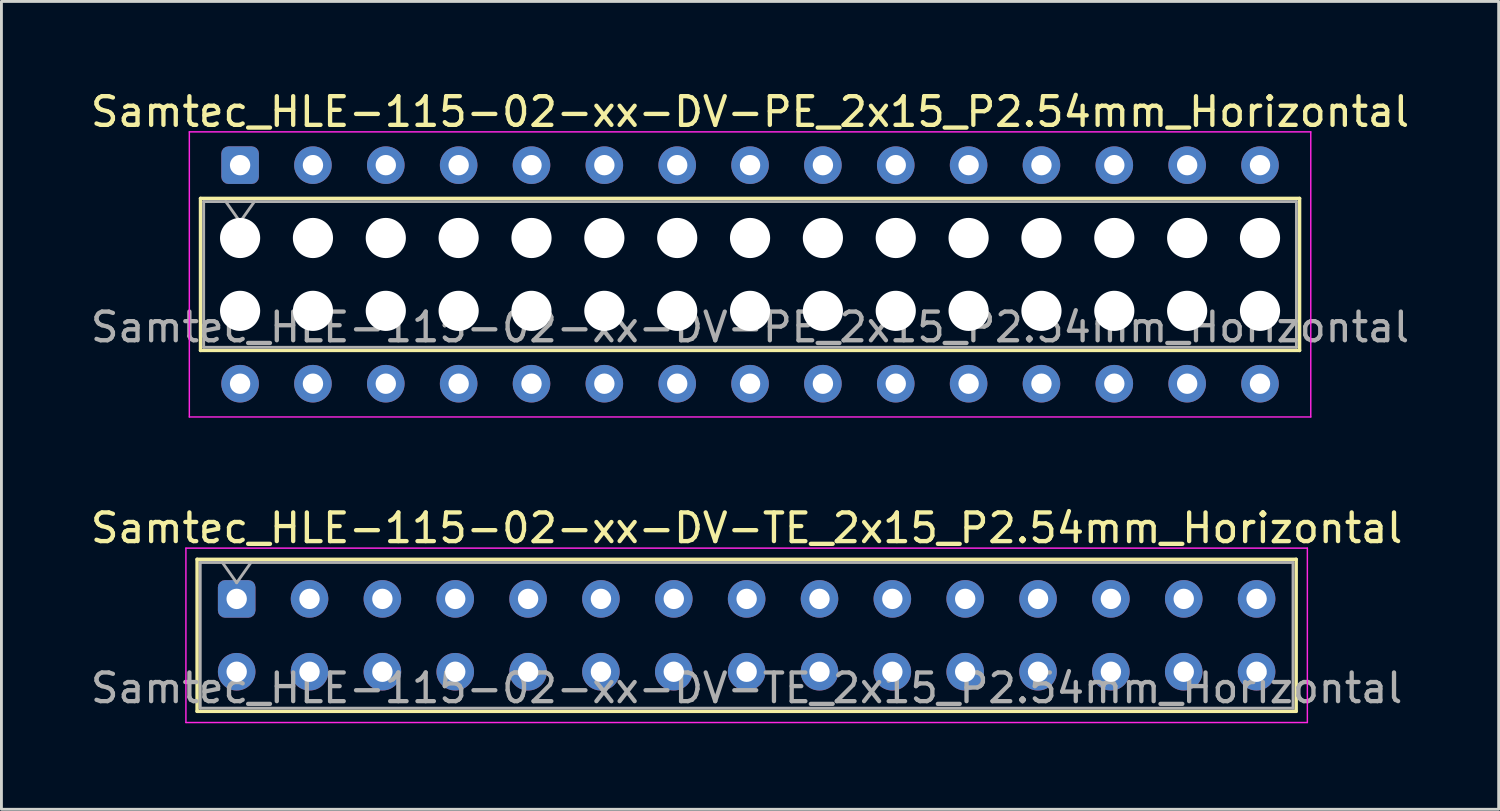
<source format=kicad_pcb>
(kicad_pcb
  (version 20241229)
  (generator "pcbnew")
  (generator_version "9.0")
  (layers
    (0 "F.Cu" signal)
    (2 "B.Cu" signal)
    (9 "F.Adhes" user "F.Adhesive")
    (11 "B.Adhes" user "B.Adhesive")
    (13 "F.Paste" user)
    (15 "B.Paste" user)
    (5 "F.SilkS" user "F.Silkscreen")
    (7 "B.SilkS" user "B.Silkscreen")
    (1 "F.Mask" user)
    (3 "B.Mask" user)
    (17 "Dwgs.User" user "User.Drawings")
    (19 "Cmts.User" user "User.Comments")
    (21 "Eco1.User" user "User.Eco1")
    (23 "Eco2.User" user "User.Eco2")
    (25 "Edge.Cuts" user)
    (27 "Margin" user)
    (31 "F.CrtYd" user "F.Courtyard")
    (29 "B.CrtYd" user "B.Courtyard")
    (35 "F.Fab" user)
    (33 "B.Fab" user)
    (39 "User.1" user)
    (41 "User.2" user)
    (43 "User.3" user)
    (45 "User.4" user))
  (footprint "Samtec_HLE-115-02-xx-DV-TE_2x15_P2.54mm_Horizontal"
    (layer "F.Cu")
    (at 5.202 17.831)
    (property "Reference" "Samtec_HLE-115-02-xx-DV-TE_2x15_P2.54mm_Horizontal" (at 17.78 -2.47 0) (layer "F.SilkS") (effects (font (size 1 1) (thickness 0.15))))
    (attr through_hole)
    (fp_line (start -1.38 -1.38) (end 36.94 -1.38) (stroke (width 0.12) (type solid)) (layer "F.SilkS"))
    (fp_line (start -1.38 3.92) (end -1.38 -1.38) (stroke (width 0.12) (type solid)) (layer "F.SilkS"))
    (fp_line (start 36.94 -1.38) (end 36.94 3.92) (stroke (width 0.12) (type solid)) (layer "F.SilkS"))
    (fp_line (start 36.94 3.92) (end -1.38 3.92) (stroke (width 0.12) (type solid)) (layer "F.SilkS"))
    (fp_line (start -1.77 -1.77) (end 37.33 -1.77) (stroke (width 0.05) (type solid)) (layer "F.CrtYd"))
    (fp_line (start -1.77 4.31) (end -1.77 -1.77) (stroke (width 0.05) (type solid)) (layer "F.CrtYd"))
    (fp_line (start 37.33 -1.77) (end 37.33 4.31) (stroke (width 0.05) (type solid)) (layer "F.CrtYd"))
    (fp_line (start 37.33 4.31) (end -1.77 4.31) (stroke (width 0.05) (type solid)) (layer "F.CrtYd"))
    (fp_line (start -1.27 -1.27) (end 36.83 -1.27) (stroke (width 0.1) (type solid)) (layer "F.Fab"))
    (fp_line (start -1.27 3.81) (end -1.27 -1.27) (stroke (width 0.1) (type solid)) (layer "F.Fab"))
    (fp_line (start -0.5 -1.27) (end 0 -0.563) (stroke (width 0.1) (type solid)) (layer "F.Fab"))
    (fp_line (start 0 -0.563) (end 0.5 -1.27) (stroke (width 0.1) (type solid)) (layer "F.Fab"))
    (fp_line (start 36.83 -1.27) (end 36.83 3.81) (stroke (width 0.1) (type solid)) (layer "F.Fab"))
    (fp_line (start 36.83 3.81) (end -1.27 3.81) (stroke (width 0.1) (type solid)) (layer "F.Fab"))
    (fp_text user "${REFERENCE}" (at 17.78 3.11 0) (layer "F.Fab") (effects (font (size 1 1) (thickness 0.15))))
    (pad "1" thru_hole roundrect (at 0 0) (size 1.31 1.31) (drill 0.71) (layers "*.Cu" "*.Mask") (roundrect_rratio 0.191))
    (pad "2" thru_hole circle (at 0 2.54) (size 1.31 1.31) (drill 0.71) (layers "*.Cu" "*.Mask"))
    (pad "3" thru_hole circle (at 2.54 0) (size 1.31 1.31) (drill 0.71) (layers "*.Cu" "*.Mask"))
    (pad "4" thru_hole circle (at 2.54 2.54) (size 1.31 1.31) (drill 0.71) (layers "*.Cu" "*.Mask"))
    (pad "5" thru_hole circle (at 5.08 0) (size 1.31 1.31) (drill 0.71) (layers "*.Cu" "*.Mask"))
    (pad "6" thru_hole circle (at 5.08 2.54) (size 1.31 1.31) (drill 0.71) (layers "*.Cu" "*.Mask"))
    (pad "7" thru_hole circle (at 7.62 0) (size 1.31 1.31) (drill 0.71) (layers "*.Cu" "*.Mask"))
    (pad "8" thru_hole circle (at 7.62 2.54) (size 1.31 1.31) (drill 0.71) (layers "*.Cu" "*.Mask"))
    (pad "9" thru_hole circle (at 10.16 0) (size 1.31 1.31) (drill 0.71) (layers "*.Cu" "*.Mask"))
    (pad "10" thru_hole circle (at 10.16 2.54) (size 1.31 1.31) (drill 0.71) (layers "*.Cu" "*.Mask"))
    (pad "11" thru_hole circle (at 12.7 0) (size 1.31 1.31) (drill 0.71) (layers "*.Cu" "*.Mask"))
    (pad "12" thru_hole circle (at 12.7 2.54) (size 1.31 1.31) (drill 0.71) (layers "*.Cu" "*.Mask"))
    (pad "13" thru_hole circle (at 15.24 0) (size 1.31 1.31) (drill 0.71) (layers "*.Cu" "*.Mask"))
    (pad "14" thru_hole circle (at 15.24 2.54) (size 1.31 1.31) (drill 0.71) (layers "*.Cu" "*.Mask"))
    (pad "15" thru_hole circle (at 17.78 0) (size 1.31 1.31) (drill 0.71) (layers "*.Cu" "*.Mask"))
    (pad "16" thru_hole circle (at 17.78 2.54) (size 1.31 1.31) (drill 0.71) (layers "*.Cu" "*.Mask"))
    (pad "17" thru_hole circle (at 20.32 0) (size 1.31 1.31) (drill 0.71) (layers "*.Cu" "*.Mask"))
    (pad "18" thru_hole circle (at 20.32 2.54) (size 1.31 1.31) (drill 0.71) (layers "*.Cu" "*.Mask"))
    (pad "19" thru_hole circle (at 22.86 0) (size 1.31 1.31) (drill 0.71) (layers "*.Cu" "*.Mask"))
    (pad "20" thru_hole circle (at 22.86 2.54) (size 1.31 1.31) (drill 0.71) (layers "*.Cu" "*.Mask"))
    (pad "21" thru_hole circle (at 25.4 0) (size 1.31 1.31) (drill 0.71) (layers "*.Cu" "*.Mask"))
    (pad "22" thru_hole circle (at 25.4 2.54) (size 1.31 1.31) (drill 0.71) (layers "*.Cu" "*.Mask"))
    (pad "23" thru_hole circle (at 27.94 0) (size 1.31 1.31) (drill 0.71) (layers "*.Cu" "*.Mask"))
    (pad "24" thru_hole circle (at 27.94 2.54) (size 1.31 1.31) (drill 0.71) (layers "*.Cu" "*.Mask"))
    (pad "25" thru_hole circle (at 30.48 0) (size 1.31 1.31) (drill 0.71) (layers "*.Cu" "*.Mask"))
    (pad "26" thru_hole circle (at 30.48 2.54) (size 1.31 1.31) (drill 0.71) (layers "*.Cu" "*.Mask"))
    (pad "27" thru_hole circle (at 33.02 0) (size 1.31 1.31) (drill 0.71) (layers "*.Cu" "*.Mask"))
    (pad "28" thru_hole circle (at 33.02 2.54) (size 1.31 1.31) (drill 0.71) (layers "*.Cu" "*.Mask"))
    (pad "29" thru_hole circle (at 35.56 0) (size 1.31 1.31) (drill 0.71) (layers "*.Cu" "*.Mask"))
    (pad "30" thru_hole circle (at 35.56 2.54) (size 1.31 1.31) (drill 0.71) (layers "*.Cu" "*.Mask")))
  (footprint "Samtec_HLE-115-02-xx-DV-PE_2x15_P2.54mm_Horizontal"
    (layer "F.Cu")
    (at 5.321 2.708)
    (property "Reference" "Samtec_HLE-115-02-xx-DV-PE_2x15_P2.54mm_Horizontal" (at 17.78 -1.86 0) (layer "F.SilkS") (effects (font (size 1 1) (thickness 0.15))))
    (attr through_hole)
    (fp_line (start -1.38 1.16) (end 36.94 1.16) (stroke (width 0.12) (type solid)) (layer "F.SilkS"))
    (fp_line (start -1.38 6.46) (end -1.38 1.16) (stroke (width 0.12) (type solid)) (layer "F.SilkS"))
    (fp_line (start 36.94 1.16) (end 36.94 6.46) (stroke (width 0.12) (type solid)) (layer "F.SilkS"))
    (fp_line (start 36.94 6.46) (end -1.38 6.46) (stroke (width 0.12) (type solid)) (layer "F.SilkS"))
    (fp_line (start -1.77 -1.16) (end 37.33 -1.16) (stroke (width 0.05) (type solid)) (layer "F.CrtYd"))
    (fp_line (start -1.77 8.78) (end -1.77 -1.16) (stroke (width 0.05) (type solid)) (layer "F.CrtYd"))
    (fp_line (start 37.33 -1.16) (end 37.33 8.78) (stroke (width 0.05) (type solid)) (layer "F.CrtYd"))
    (fp_line (start 37.33 8.78) (end -1.77 8.78) (stroke (width 0.05) (type solid)) (layer "F.CrtYd"))
    (fp_line (start -1.27 1.27) (end 36.83 1.27) (stroke (width 0.1) (type solid)) (layer "F.Fab"))
    (fp_line (start -1.27 6.35) (end -1.27 1.27) (stroke (width 0.1) (type solid)) (layer "F.Fab"))
    (fp_line (start -0.5 1.27) (end 0 1.977) (stroke (width 0.1) (type solid)) (layer "F.Fab"))
    (fp_line (start 0 1.977) (end 0.5 1.27) (stroke (width 0.1) (type solid)) (layer "F.Fab"))
    (fp_line (start 36.83 1.27) (end 36.83 6.35) (stroke (width 0.1) (type solid)) (layer "F.Fab"))
    (fp_line (start 36.83 6.35) (end -1.27 6.35) (stroke (width 0.1) (type solid)) (layer "F.Fab"))
    (fp_text user "${REFERENCE}" (at 17.78 5.65 0) (layer "F.Fab") (effects (font (size 1 1) (thickness 0.15))))
    (pad "" np_thru_hole circle (at 0 2.54) (size 1.4 1.4) (drill 1.4) (layers "*.Cu" "*.Mask"))
    (pad "" np_thru_hole circle (at 0 5.08) (size 1.4 1.4) (drill 1.4) (layers "*.Cu" "*.Mask"))
    (pad "" np_thru_hole circle (at 2.54 2.54) (size 1.4 1.4) (drill 1.4) (layers "*.Cu" "*.Mask"))
    (pad "" np_thru_hole circle (at 2.54 5.08) (size 1.4 1.4) (drill 1.4) (layers "*.Cu" "*.Mask"))
    (pad "" np_thru_hole circle (at 5.08 2.54) (size 1.4 1.4) (drill 1.4) (layers "*.Cu" "*.Mask"))
    (pad "" np_thru_hole circle (at 5.08 5.08) (size 1.4 1.4) (drill 1.4) (layers "*.Cu" "*.Mask"))
    (pad "" np_thru_hole circle (at 7.62 2.54) (size 1.4 1.4) (drill 1.4) (layers "*.Cu" "*.Mask"))
    (pad "" np_thru_hole circle (at 7.62 5.08) (size 1.4 1.4) (drill 1.4) (layers "*.Cu" "*.Mask"))
    (pad "" np_thru_hole circle (at 10.16 2.54) (size 1.4 1.4) (drill 1.4) (layers "*.Cu" "*.Mask"))
    (pad "" np_thru_hole circle (at 10.16 5.08) (size 1.4 1.4) (drill 1.4) (layers "*.Cu" "*.Mask"))
    (pad "" np_thru_hole circle (at 12.7 2.54) (size 1.4 1.4) (drill 1.4) (layers "*.Cu" "*.Mask"))
    (pad "" np_thru_hole circle (at 12.7 5.08) (size 1.4 1.4) (drill 1.4) (layers "*.Cu" "*.Mask"))
    (pad "" np_thru_hole circle (at 15.24 2.54) (size 1.4 1.4) (drill 1.4) (layers "*.Cu" "*.Mask"))
    (pad "" np_thru_hole circle (at 15.24 5.08) (size 1.4 1.4) (drill 1.4) (layers "*.Cu" "*.Mask"))
    (pad "" np_thru_hole circle (at 17.78 2.54) (size 1.4 1.4) (drill 1.4) (layers "*.Cu" "*.Mask"))
    (pad "" np_thru_hole circle (at 17.78 5.08) (size 1.4 1.4) (drill 1.4) (layers "*.Cu" "*.Mask"))
    (pad "" np_thru_hole circle (at 20.32 2.54) (size 1.4 1.4) (drill 1.4) (layers "*.Cu" "*.Mask"))
    (pad "" np_thru_hole circle (at 20.32 5.08) (size 1.4 1.4) (drill 1.4) (layers "*.Cu" "*.Mask"))
    (pad "" np_thru_hole circle (at 22.86 2.54) (size 1.4 1.4) (drill 1.4) (layers "*.Cu" "*.Mask"))
    (pad "" np_thru_hole circle (at 22.86 5.08) (size 1.4 1.4) (drill 1.4) (layers "*.Cu" "*.Mask"))
    (pad "" np_thru_hole circle (at 25.4 2.54) (size 1.4 1.4) (drill 1.4) (layers "*.Cu" "*.Mask"))
    (pad "" np_thru_hole circle (at 25.4 5.08) (size 1.4 1.4) (drill 1.4) (layers "*.Cu" "*.Mask"))
    (pad "" np_thru_hole circle (at 27.94 2.54) (size 1.4 1.4) (drill 1.4) (layers "*.Cu" "*.Mask"))
    (pad "" np_thru_hole circle (at 27.94 5.08) (size 1.4 1.4) (drill 1.4) (layers "*.Cu" "*.Mask"))
    (pad "" np_thru_hole circle (at 30.48 2.54) (size 1.4 1.4) (drill 1.4) (layers "*.Cu" "*.Mask"))
    (pad "" np_thru_hole circle (at 30.48 5.08) (size 1.4 1.4) (drill 1.4) (layers "*.Cu" "*.Mask"))
    (pad "" np_thru_hole circle (at 33.02 2.54) (size 1.4 1.4) (drill 1.4) (layers "*.Cu" "*.Mask"))
    (pad "" np_thru_hole circle (at 33.02 5.08) (size 1.4 1.4) (drill 1.4) (layers "*.Cu" "*.Mask"))
    (pad "" np_thru_hole circle (at 35.56 2.54) (size 1.4 1.4) (drill 1.4) (layers "*.Cu" "*.Mask"))
    (pad "" np_thru_hole circle (at 35.56 5.08) (size 1.4 1.4) (drill 1.4) (layers "*.Cu" "*.Mask"))
    (pad "1" thru_hole roundrect (at 0 0) (size 1.31 1.31) (drill 0.71) (layers "*.Cu" "*.Mask") (roundrect_rratio 0.191))
    (pad "2" thru_hole circle (at 0 7.62) (size 1.31 1.31) (drill 0.71) (layers "*.Cu" "*.Mask"))
    (pad "3" thru_hole circle (at 2.54 0) (size 1.31 1.31) (drill 0.71) (layers "*.Cu" "*.Mask"))
    (pad "4" thru_hole circle (at 2.54 7.62) (size 1.31 1.31) (drill 0.71) (layers "*.Cu" "*.Mask"))
    (pad "5" thru_hole circle (at 5.08 0) (size 1.31 1.31) (drill 0.71) (layers "*.Cu" "*.Mask"))
    (pad "6" thru_hole circle (at 5.08 7.62) (size 1.31 1.31) (drill 0.71) (layers "*.Cu" "*.Mask"))
    (pad "7" thru_hole circle (at 7.62 0) (size 1.31 1.31) (drill 0.71) (layers "*.Cu" "*.Mask"))
    (pad "8" thru_hole circle (at 7.62 7.62) (size 1.31 1.31) (drill 0.71) (layers "*.Cu" "*.Mask"))
    (pad "9" thru_hole circle (at 10.16 0) (size 1.31 1.31) (drill 0.71) (layers "*.Cu" "*.Mask"))
    (pad "10" thru_hole circle (at 10.16 7.62) (size 1.31 1.31) (drill 0.71) (layers "*.Cu" "*.Mask"))
    (pad "11" thru_hole circle (at 12.7 0) (size 1.31 1.31) (drill 0.71) (layers "*.Cu" "*.Mask"))
    (pad "12" thru_hole circle (at 12.7 7.62) (size 1.31 1.31) (drill 0.71) (layers "*.Cu" "*.Mask"))
    (pad "13" thru_hole circle (at 15.24 0) (size 1.31 1.31) (drill 0.71) (layers "*.Cu" "*.Mask"))
    (pad "14" thru_hole circle (at 15.24 7.62) (size 1.31 1.31) (drill 0.71) (layers "*.Cu" "*.Mask"))
    (pad "15" thru_hole circle (at 17.78 0) (size 1.31 1.31) (drill 0.71) (layers "*.Cu" "*.Mask"))
    (pad "16" thru_hole circle (at 17.78 7.62) (size 1.31 1.31) (drill 0.71) (layers "*.Cu" "*.Mask"))
    (pad "17" thru_hole circle (at 20.32 0) (size 1.31 1.31) (drill 0.71) (layers "*.Cu" "*.Mask"))
    (pad "18" thru_hole circle (at 20.32 7.62) (size 1.31 1.31) (drill 0.71) (layers "*.Cu" "*.Mask"))
    (pad "19" thru_hole circle (at 22.86 0) (size 1.31 1.31) (drill 0.71) (layers "*.Cu" "*.Mask"))
    (pad "20" thru_hole circle (at 22.86 7.62) (size 1.31 1.31) (drill 0.71) (layers "*.Cu" "*.Mask"))
    (pad "21" thru_hole circle (at 25.4 0) (size 1.31 1.31) (drill 0.71) (layers "*.Cu" "*.Mask"))
    (pad "22" thru_hole circle (at 25.4 7.62) (size 1.31 1.31) (drill 0.71) (layers "*.Cu" "*.Mask"))
    (pad "23" thru_hole circle (at 27.94 0) (size 1.31 1.31) (drill 0.71) (layers "*.Cu" "*.Mask"))
    (pad "24" thru_hole circle (at 27.94 7.62) (size 1.31 1.31) (drill 0.71) (layers "*.Cu" "*.Mask"))
    (pad "25" thru_hole circle (at 30.48 0) (size 1.31 1.31) (drill 0.71) (layers "*.Cu" "*.Mask"))
    (pad "26" thru_hole circle (at 30.48 7.62) (size 1.31 1.31) (drill 0.71) (layers "*.Cu" "*.Mask"))
    (pad "27" thru_hole circle (at 33.02 0) (size 1.31 1.31) (drill 0.71) (layers "*.Cu" "*.Mask"))
    (pad "28" thru_hole circle (at 33.02 7.62) (size 1.31 1.31) (drill 0.71) (layers "*.Cu" "*.Mask"))
    (pad "29" thru_hole circle (at 35.56 0) (size 1.31 1.31) (drill 0.71) (layers "*.Cu" "*.Mask"))
    (pad "30" thru_hole circle (at 35.56 7.62) (size 1.31 1.31) (drill 0.71) (layers "*.Cu" "*.Mask")))
  (gr_rect
    (start -3 -3)
    (end 49.202 25.166)
    (stroke (width 0.1) (type default))
    (fill no)
    (layer "Edge.Cuts")))
</source>
